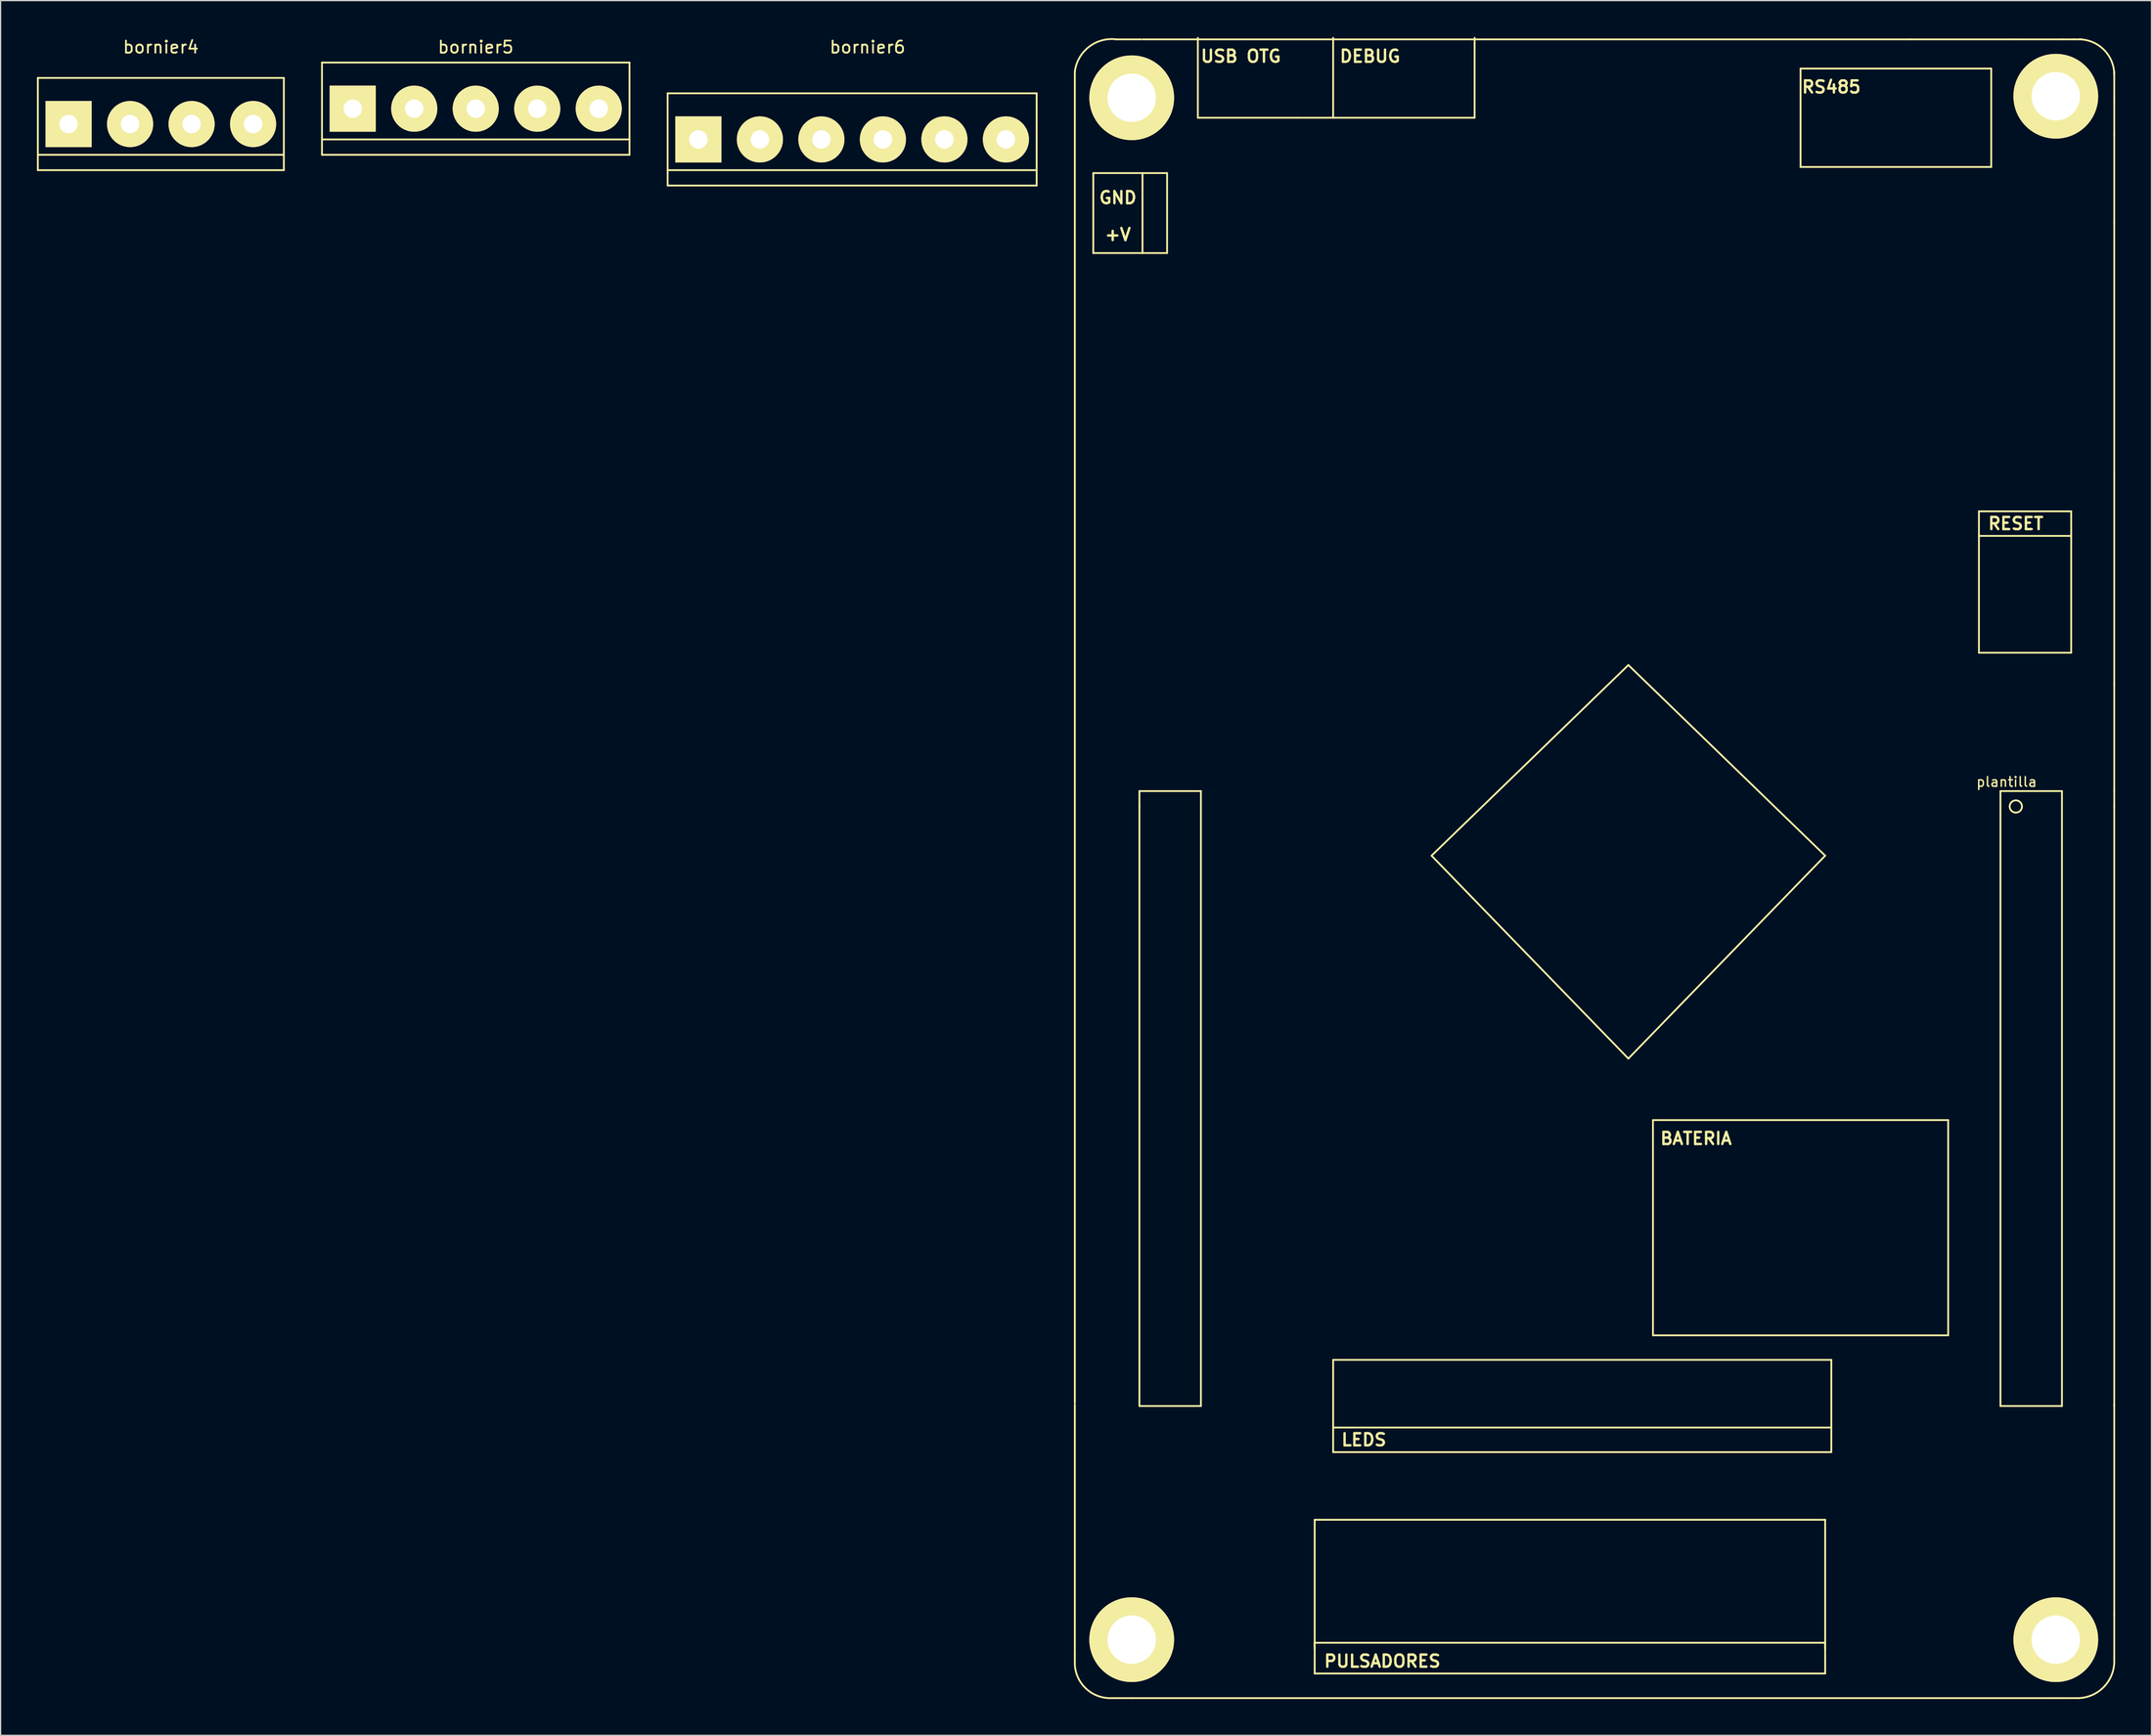
<source format=kicad_pcb>
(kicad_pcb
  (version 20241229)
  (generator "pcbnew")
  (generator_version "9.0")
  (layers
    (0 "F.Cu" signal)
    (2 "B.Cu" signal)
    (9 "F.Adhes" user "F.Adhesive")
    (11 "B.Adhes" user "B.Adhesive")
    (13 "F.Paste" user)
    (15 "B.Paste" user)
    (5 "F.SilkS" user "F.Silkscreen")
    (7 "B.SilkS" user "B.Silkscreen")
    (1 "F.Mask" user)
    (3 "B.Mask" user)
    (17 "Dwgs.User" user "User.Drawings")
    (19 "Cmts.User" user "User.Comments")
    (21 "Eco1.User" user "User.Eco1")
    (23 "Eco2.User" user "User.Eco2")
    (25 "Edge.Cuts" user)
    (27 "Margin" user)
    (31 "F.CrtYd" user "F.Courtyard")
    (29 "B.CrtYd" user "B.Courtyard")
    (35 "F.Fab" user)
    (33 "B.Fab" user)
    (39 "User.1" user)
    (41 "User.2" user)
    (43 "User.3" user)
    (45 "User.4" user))
  (footprint "plantilla"
    (layer "F.Cu")
    (at 163.452 63.575)
    (property "Reference" "plantilla" (at -0.762 -2.032 0) (layer "F.SilkS") (effects (font (size 0.8 0.8) (thickness 0.12))))
    (attr through_hole)
    (fp_line (start -77.724 -60.706) (end -77.724 -56.769) (stroke (width 0.15) (type solid)) (layer "F.SilkS"))
    (fp_line (start -77.724 -1.27) (end -77.724 -56.769) (stroke (width 0.15) (type solid)) (layer "F.SilkS"))
    (fp_line (start -77.724 49.276) (end -77.724 -1.27) (stroke (width 0.15) (type solid)) (layer "F.SilkS"))
    (fp_line (start -77.724 49.403) (end -77.724 67.056) (stroke (width 0.15) (type solid)) (layer "F.SilkS"))
    (fp_line (start -77.724 67.056) (end -77.724 70.104) (stroke (width 0.15) (type solid)) (layer "F.SilkS"))
    (fp_line (start -77.724 70.612) (end -77.724 70.104) (stroke (width 0.15) (type solid)) (layer "F.SilkS"))
    (fp_line (start -76.2 -52.324) (end -76.2 -45.72) (stroke (width 0.15) (type solid)) (layer "F.SilkS"))
    (fp_line (start -76.2 -45.72) (end -72.136 -45.72) (stroke (width 0.15) (type solid)) (layer "F.SilkS"))
    (fp_line (start -74.422 73.66) (end -74.93 73.66) (stroke (width 0.15) (type solid)) (layer "F.SilkS"))
    (fp_line (start -73.025 73.66) (end -74.422 73.66) (stroke (width 0.15) (type solid)) (layer "F.SilkS"))
    (fp_line (start -72.39 -1.27) (end -67.31 -1.27) (stroke (width 0.15) (type solid)) (layer "F.SilkS"))
    (fp_line (start -72.39 0) (end -72.39 -1.27) (stroke (width 0.15) (type solid)) (layer "F.SilkS"))
    (fp_line (start -72.39 49.53) (end -72.39 0) (stroke (width 0.15) (type solid)) (layer "F.SilkS"))
    (fp_line (start -72.263 -63.373) (end -74.295 -63.373) (stroke (width 0.15) (type solid)) (layer "F.SilkS"))
    (fp_line (start -72.136 -52.324) (end -76.2 -52.324) (stroke (width 0.15) (type solid)) (layer "F.SilkS"))
    (fp_line (start -72.136 -45.72) (end -72.136 -52.324) (stroke (width 0.15) (type solid)) (layer "F.SilkS"))
    (fp_line (start -72.136 -45.72) (end -70.104 -45.72) (stroke (width 0.15) (type solid)) (layer "F.SilkS"))
    (fp_line (start -70.104 -52.324) (end -72.136 -52.324) (stroke (width 0.15) (type solid)) (layer "F.SilkS"))
    (fp_line (start -70.104 -45.72) (end -70.104 -52.324) (stroke (width 0.15) (type solid)) (layer "F.SilkS"))
    (fp_line (start -67.564 -62.992) (end -67.564 -63.5) (stroke (width 0.15) (type solid)) (layer "F.SilkS"))
    (fp_line (start -67.564 -56.896) (end -67.564 -62.992) (stroke (width 0.15) (type solid)) (layer "F.SilkS"))
    (fp_line (start -67.564 -56.896) (end -59.436 -56.896) (stroke (width 0.15) (type solid)) (layer "F.SilkS"))
    (fp_line (start -67.31 -1.27) (end -67.31 49.53) (stroke (width 0.15) (type solid)) (layer "F.SilkS"))
    (fp_line (start -67.31 49.53) (end -72.39 49.53) (stroke (width 0.15) (type solid)) (layer "F.SilkS"))
    (fp_line (start -57.912 58.928) (end -57.912 69.596) (stroke (width 0.15) (type solid)) (layer "F.SilkS"))
    (fp_line (start -57.912 69.088) (end -15.748 69.088) (stroke (width 0.15) (type solid)) (layer "F.SilkS"))
    (fp_line (start -57.912 71.628) (end -57.912 69.088) (stroke (width 0.15) (type solid)) (layer "F.SilkS"))
    (fp_line (start -57.912 71.628) (end -15.748 71.628) (stroke (width 0.15) (type solid)) (layer "F.SilkS"))
    (fp_line (start -56.388 -56.896) (end -56.388 -63.5) (stroke (width 0.15) (type solid)) (layer "F.SilkS"))
    (fp_line (start -56.388 45.72) (end -56.388 51.308) (stroke (width 0.15) (type solid)) (layer "F.SilkS"))
    (fp_line (start -56.388 51.308) (end -15.24 51.308) (stroke (width 0.15) (type solid)) (layer "F.SilkS"))
    (fp_line (start -56.388 53.34) (end -56.388 51.308) (stroke (width 0.15) (type solid)) (layer "F.SilkS"))
    (fp_line (start -56.388 53.34) (end -15.24 53.34) (stroke (width 0.15) (type solid)) (layer "F.SilkS"))
    (fp_line (start -48.26 4.064) (end -32.004 -11.684) (stroke (width 0.15) (type solid)) (layer "F.SilkS"))
    (fp_line (start -44.704 -62.992) (end -44.704 -63.5) (stroke (width 0.15) (type solid)) (layer "F.SilkS"))
    (fp_line (start -44.704 -62.992) (end -44.704 -56.896) (stroke (width 0.15) (type solid)) (layer "F.SilkS"))
    (fp_line (start -44.704 -56.896) (end -59.436 -56.896) (stroke (width 0.15) (type solid)) (layer "F.SilkS"))
    (fp_line (start -32.004 -11.684) (end -15.748 4.064) (stroke (width 0.15) (type solid)) (layer "F.SilkS"))
    (fp_line (start -32.004 20.828) (end -48.26 4.064) (stroke (width 0.15) (type solid)) (layer "F.SilkS"))
    (fp_line (start -29.972 25.908) (end -29.972 43.688) (stroke (width 0.15) (type solid)) (layer "F.SilkS"))
    (fp_line (start -29.972 43.688) (end -5.588 43.688) (stroke (width 0.15) (type solid)) (layer "F.SilkS"))
    (fp_line (start -17.78 -60.96) (end -17.78 -52.832) (stroke (width 0.15) (type solid)) (layer "F.SilkS"))
    (fp_line (start -17.78 -52.832) (end -2.032 -52.832) (stroke (width 0.15) (type solid)) (layer "F.SilkS"))
    (fp_line (start -15.748 4.064) (end -32.004 20.828) (stroke (width 0.15) (type solid)) (layer "F.SilkS"))
    (fp_line (start -15.748 58.928) (end -57.912 58.928) (stroke (width 0.15) (type solid)) (layer "F.SilkS"))
    (fp_line (start -15.748 69.596) (end -15.748 58.928) (stroke (width 0.15) (type solid)) (layer "F.SilkS"))
    (fp_line (start -15.748 71.628) (end -15.748 69.088) (stroke (width 0.15) (type solid)) (layer "F.SilkS"))
    (fp_line (start -15.24 45.72) (end -56.388 45.72) (stroke (width 0.15) (type solid)) (layer "F.SilkS"))
    (fp_line (start -15.24 51.308) (end -15.24 45.72) (stroke (width 0.15) (type solid)) (layer "F.SilkS"))
    (fp_line (start -15.24 53.34) (end -15.24 51.308) (stroke (width 0.15) (type solid)) (layer "F.SilkS"))
    (fp_line (start -8.636 -63.373) (end -72.136 -63.373) (stroke (width 0.15) (type solid)) (layer "F.SilkS"))
    (fp_line (start -5.588 25.908) (end -29.972 25.908) (stroke (width 0.15) (type solid)) (layer "F.SilkS"))
    (fp_line (start -5.588 43.688) (end -5.588 25.908) (stroke (width 0.15) (type solid)) (layer "F.SilkS"))
    (fp_line (start -3.048 -24.384) (end -3.048 -12.7) (stroke (width 0.15) (type solid)) (layer "F.SilkS"))
    (fp_line (start -3.048 -12.7) (end 4.572 -12.7) (stroke (width 0.15) (type solid)) (layer "F.SilkS"))
    (fp_line (start -2.032 -60.96) (end -17.78 -60.96) (stroke (width 0.15) (type solid)) (layer "F.SilkS"))
    (fp_line (start -2.032 -52.832) (end -2.032 -60.96) (stroke (width 0.15) (type solid)) (layer "F.SilkS"))
    (fp_line (start -1.27 49.53) (end -1.27 -1.27) (stroke (width 0.15) (type solid)) (layer "F.SilkS"))
    (fp_line (start 0 -63.373) (end -8.636 -63.373) (stroke (width 0.15) (type solid)) (layer "F.SilkS"))
    (fp_line (start 0 -63.373) (end 3.937 -63.373) (stroke (width 0.15) (type solid)) (layer "F.SilkS"))
    (fp_line (start 3.302 73.66) (end -73.025 73.66) (stroke (width 0.15) (type solid)) (layer "F.SilkS"))
    (fp_line (start 3.302 73.66) (end 5.207 73.66) (stroke (width 0.15) (type solid)) (layer "F.SilkS"))
    (fp_line (start 3.81 -1.27) (end -1.27 -1.27) (stroke (width 0.15) (type solid)) (layer "F.SilkS"))
    (fp_line (start 3.81 49.53) (end -1.27 49.53) (stroke (width 0.15) (type solid)) (layer "F.SilkS"))
    (fp_line (start 3.81 49.53) (end 3.81 -1.27) (stroke (width 0.15) (type solid)) (layer "F.SilkS"))
    (fp_line (start 3.937 -63.373) (end 4.826 -63.373) (stroke (width 0.15) (type solid)) (layer "F.SilkS"))
    (fp_line (start 4.572 -24.384) (end -3.048 -24.384) (stroke (width 0.15) (type solid)) (layer "F.SilkS"))
    (fp_line (start 4.572 -22.352) (end -3.048 -22.352) (stroke (width 0.15) (type solid)) (layer "F.SilkS"))
    (fp_line (start 4.572 -12.7) (end 4.572 -24.384) (stroke (width 0.15) (type solid)) (layer "F.SilkS"))
    (fp_line (start 5.461 -63.373) (end 4.826 -63.373) (stroke (width 0.15) (type solid)) (layer "F.SilkS"))
    (fp_line (start 8.128 -60.706) (end 8.128 -60.452) (stroke (width 0.15) (type solid)) (layer "F.SilkS"))
    (fp_line (start 8.128 -60.579) (end 8.128 -60.706) (stroke (width 0.15) (type solid)) (layer "F.SilkS"))
    (fp_line (start 8.128 -58.293) (end 8.128 -60.579) (stroke (width 0.15) (type solid)) (layer "F.SilkS"))
    (fp_line (start 8.128 -55.499) (end 8.128 -58.293) (stroke (width 0.15) (type solid)) (layer "F.SilkS"))
    (fp_line (start 8.128 -48.26) (end 8.128 -55.499) (stroke (width 0.15) (type solid)) (layer "F.SilkS"))
    (fp_line (start 8.128 -27.432) (end 8.128 -48.26) (stroke (width 0.15) (type solid)) (layer "F.SilkS"))
    (fp_line (start 8.128 -10.16) (end 8.128 -27.432) (stroke (width 0.15) (type solid)) (layer "F.SilkS"))
    (fp_line (start 8.128 -1.27) (end 8.128 -10.16) (stroke (width 0.15) (type solid)) (layer "F.SilkS"))
    (fp_line (start 8.128 0) (end 8.128 -1.27) (stroke (width 0.15) (type solid)) (layer "F.SilkS"))
    (fp_line (start 8.128 0) (end 8.128 49.53) (stroke (width 0.15) (type solid)) (layer "F.SilkS"))
    (fp_line (start 8.128 49.403) (end 8.128 66.802) (stroke (width 0.15) (type solid)) (layer "F.SilkS"))
    (fp_line (start 8.128 66.802) (end 8.128 70.485) (stroke (width 0.15) (type solid)) (layer "F.SilkS"))
    (fp_arc (start -77.724 -60.706) (mid -76.561854 -62.749669) (end -74.295 -63.373) (stroke (width 0.15) (type solid)) (layer "F.SilkS"))
    (fp_arc (start -74.93 73.66) (mid -76.958261 72.714656) (end -77.724 70.612) (stroke (width 0.15) (type solid)) (layer "F.SilkS"))
    (fp_arc (start 5.207 -63.373) (mid 7.272459 -62.517459) (end 8.128 -60.452) (stroke (width 0.15) (type solid)) (layer "F.SilkS"))
    (fp_arc (start 8.128 70.485) (mid 7.325064 72.677459) (end 5.207 73.66) (stroke (width 0.15) (type solid)) (layer "F.SilkS"))
    (fp_circle (center 0 0) (end 0.508 0) (stroke (width 0.15) (type solid)) (fill no) (layer "F.SilkS"))
    (fp_text user "GND" (at -74.168 -50.292 0) (layer "F.SilkS") (effects (font (size 1 1) (thickness 0.2))))
    (fp_text user "PULSADORES" (at -52.324 70.612 0) (layer "F.SilkS") (effects (font (size 1 1) (thickness 0.2))))
    (fp_text user "USB OTG" (at -64.008 -61.976 0) (layer "F.SilkS") (effects (font (size 1 1) (thickness 0.2))))
    (fp_text user "RESET" (at 0 -23.368 0) (layer "F.SilkS") (effects (font (size 1 1) (thickness 0.2))))
    (fp_text user "LEDS" (at -53.848 52.324 0) (layer "F.SilkS") (effects (font (size 1 1) (thickness 0.2))))
    (fp_text user "+V" (at -74.168 -47.244 0) (layer "F.SilkS") (effects (font (size 1 1) (thickness 0.2))))
    (fp_text user "RS485" (at -15.24 -59.436 0) (layer "F.SilkS") (effects (font (size 1 1) (thickness 0.2))))
    (fp_text user "BATERIA" (at -26.416 27.432 0) (layer "F.SilkS") (effects (font (size 1 1) (thickness 0.2))))
    (fp_text user "DEBUG" (at -53.34 -61.976 0) (layer "F.SilkS") (effects (font (size 1 1) (thickness 0.2))))
    (pad "~" thru_hole circle (at -73.025 -58.547) (size 7 7) (drill 4) (layers "*.Cu" "*.Mask" "F.SilkS"))
    (pad "~" thru_hole circle (at -73.025 68.834) (size 7 7) (drill 4) (layers "*.Cu" "*.Mask" "F.SilkS"))
    (pad "~" thru_hole circle (at 3.302 -58.674) (size 7 7) (drill 4) (layers "*.Cu" "*.Mask" "F.SilkS"))
    (pad "~" thru_hole circle (at 3.302 68.834) (size 7 7) (drill 4) (layers "*.Cu" "*.Mask" "F.SilkS")))
  (footprint "bornier6"
    (layer "F.Cu")
    (at 67.335 8.468)
    (property "Reference" "bornier6" (at 1.27 -7.62 0) (layer "F.SilkS") (effects (font (size 1 1) (thickness 0.15))))
    (attr through_hole)
    (fp_line (start -15.24 -3.81) (end -15.24 3.81) (stroke (width 0.15) (type solid)) (layer "F.SilkS"))
    (fp_line (start -15.24 -3.81) (end 15.24 -3.81) (stroke (width 0.15) (type solid)) (layer "F.SilkS"))
    (fp_line (start -15.24 2.54) (end 15.24 2.54) (stroke (width 0.15) (type solid)) (layer "F.SilkS"))
    (fp_line (start -15.24 3.81) (end 15.24 3.81) (stroke (width 0.15) (type solid)) (layer "F.SilkS"))
    (fp_line (start 15.24 3.81) (end 15.24 -3.81) (stroke (width 0.15) (type solid)) (layer "F.SilkS"))
    (pad "1" thru_hole rect (at -12.7 0) (size 3.81 3.81) (drill 1.524) (layers "*.Cu" "*.Mask" "F.SilkS"))
    (pad "2" thru_hole circle (at -7.62 0) (size 3.81 3.81) (drill 1.524) (layers "*.Cu" "*.Mask" "F.SilkS"))
    (pad "3" thru_hole circle (at -2.54 0) (size 3.81 3.81) (drill 1.524) (layers "*.Cu" "*.Mask" "F.SilkS"))
    (pad "4" thru_hole circle (at 2.54 0) (size 3.81 3.81) (drill 1.524) (layers "*.Cu" "*.Mask" "F.SilkS"))
    (pad "5" thru_hole circle (at 7.62 0) (size 3.81 3.81) (drill 1.524) (layers "*.Cu" "*.Mask" "F.SilkS"))
    (pad "6" thru_hole circle (at 12.7 0) (size 3.81 3.81) (drill 1.524) (layers "*.Cu" "*.Mask" "F.SilkS")))
  (footprint "bornier5"
    (layer "F.Cu")
    (at 36.245 5.928)
    (property "Reference" "bornier5" (at 0 -5.08 0) (layer "F.SilkS") (effects (font (size 1 1) (thickness 0.15))))
    (attr through_hole)
    (fp_line (start -12.7 -3.81) (end -12.7 3.81) (stroke (width 0.15) (type solid)) (layer "F.SilkS"))
    (fp_line (start -12.7 -3.81) (end 12.7 -3.81) (stroke (width 0.15) (type solid)) (layer "F.SilkS"))
    (fp_line (start -12.7 2.54) (end 12.7 2.54) (stroke (width 0.15) (type solid)) (layer "F.SilkS"))
    (fp_line (start -12.7 3.81) (end 12.7 3.81) (stroke (width 0.15) (type solid)) (layer "F.SilkS"))
    (fp_line (start 12.7 -3.81) (end 12.7 3.81) (stroke (width 0.15) (type solid)) (layer "F.SilkS"))
    (pad "1" thru_hole rect (at -10.16 0) (size 3.81 3.81) (drill 1.524) (layers "*.Cu" "*.Mask" "F.SilkS"))
    (pad "2" thru_hole circle (at -5.08 0) (size 3.81 3.81) (drill 1.524) (layers "*.Cu" "*.Mask" "F.SilkS"))
    (pad "3" thru_hole circle (at 0 0) (size 3.81 3.81) (drill 1.524) (layers "*.Cu" "*.Mask" "F.SilkS"))
    (pad "4" thru_hole circle (at 5.08 0) (size 3.81 3.81) (drill 1.524) (layers "*.Cu" "*.Mask" "F.SilkS"))
    (pad "5" thru_hole circle (at 10.16 0) (size 3.81 3.81) (drill 1.524) (layers "*.Cu" "*.Mask" "F.SilkS")))
  (footprint "bornier4"
    (layer "F.Cu")
    (at 10.235 7.198)
    (property "Reference" "bornier4" (at 0 -6.35 0) (layer "F.SilkS") (effects (font (size 1 1) (thickness 0.15))))
    (attr through_hole)
    (fp_line (start -10.16 -3.81) (end -10.16 3.81) (stroke (width 0.15) (type solid)) (layer "F.SilkS"))
    (fp_line (start -10.16 -3.81) (end 10.16 -3.81) (stroke (width 0.15) (type solid)) (layer "F.SilkS"))
    (fp_line (start -10.16 3.81) (end 10.16 3.81) (stroke (width 0.15) (type solid)) (layer "F.SilkS"))
    (fp_line (start 10.16 2.54) (end -10.16 2.54) (stroke (width 0.15) (type solid)) (layer "F.SilkS"))
    (fp_line (start 10.16 3.81) (end 10.16 -3.81) (stroke (width 0.15) (type solid)) (layer "F.SilkS"))
    (pad "1" thru_hole rect (at -7.62 0) (size 3.81 3.81) (drill 1.524) (layers "*.Cu" "*.Mask" "F.SilkS"))
    (pad "2" thru_hole circle (at -2.54 0) (size 3.81 3.81) (drill 1.524) (layers "*.Cu" "*.Mask" "F.SilkS"))
    (pad "3" thru_hole circle (at 2.54 0) (size 3.81 3.81) (drill 1.524) (layers "*.Cu" "*.Mask" "F.SilkS"))
    (pad "4" thru_hole circle (at 7.62 0) (size 3.81 3.81) (drill 1.524) (layers "*.Cu" "*.Mask" "F.SilkS")))
  (gr_rect
    (start -3 -3)
    (end 174.657 140.31)
    (stroke (width 0.1) (type default))
    (fill no)
    (layer "Edge.Cuts")))
</source>
